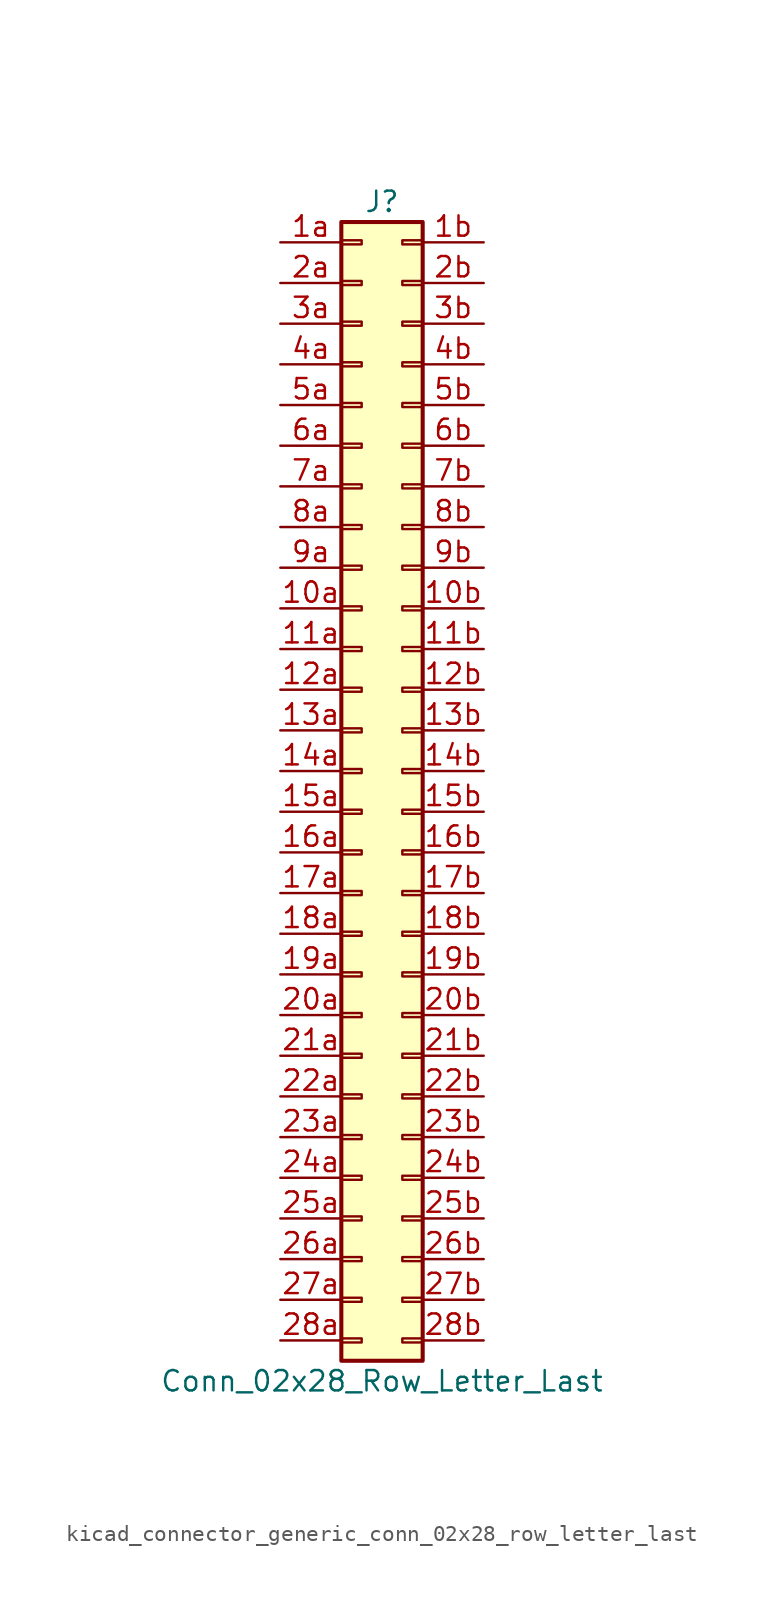
<source format=kicad_sym>
(kicad_symbol_lib
  (version 20220914)
  (generator kicad_symbol_editor)
  (symbol "kicad_connector_generic_conn_02x28_row_letter_last"
    (pin_names
      (offset 1.016) hide)
    (property "Reference" "J"
      (at 1.27 35.56 0)
      (effects (font (size 1.27 1.27))))
    (property "Value" "Conn_02x28_Row_Letter_Last"
      (at 1.27 -38.1 0)
      (effects (font (size 1.27 1.27))))
    (symbol "kicad_connector_generic_conn_02x28_row_letter_last_1_1"
      (rectangle (start -1.27 -35.433) (end 0 -35.687) (stroke (width 0.152) (type default)) (fill (type none)))
      (rectangle (start -1.27 -32.893) (end 0 -33.147) (stroke (width 0.152) (type default)) (fill (type none)))
      (rectangle (start -1.27 -30.353) (end 0 -30.607) (stroke (width 0.152) (type default)) (fill (type none)))
      (rectangle (start -1.27 -27.813) (end 0 -28.067) (stroke (width 0.152) (type default)) (fill (type none)))
      (rectangle (start -1.27 -25.273) (end 0 -25.527) (stroke (width 0.152) (type default)) (fill (type none)))
      (rectangle (start -1.27 -22.733) (end 0 -22.987) (stroke (width 0.152) (type default)) (fill (type none)))
      (rectangle (start -1.27 -20.193) (end 0 -20.447) (stroke (width 0.152) (type default)) (fill (type none)))
      (rectangle (start -1.27 -17.653) (end 0 -17.907) (stroke (width 0.152) (type default)) (fill (type none)))
      (rectangle (start -1.27 -15.113) (end 0 -15.367) (stroke (width 0.152) (type default)) (fill (type none)))
      (rectangle (start -1.27 -12.573) (end 0 -12.827) (stroke (width 0.152) (type default)) (fill (type none)))
      (rectangle (start -1.27 -10.033) (end 0 -10.287) (stroke (width 0.152) (type default)) (fill (type none)))
      (rectangle (start -1.27 -7.493) (end 0 -7.747) (stroke (width 0.152) (type default)) (fill (type none)))
      (rectangle (start -1.27 -4.953) (end 0 -5.207) (stroke (width 0.152) (type default)) (fill (type none)))
      (rectangle (start -1.27 -2.413) (end 0 -2.667) (stroke (width 0.152) (type default)) (fill (type none)))
      (rectangle (start -1.27 0.127) (end 0 -0.127) (stroke (width 0.152) (type default)) (fill (type none)))
      (rectangle (start -1.27 2.667) (end 0 2.413) (stroke (width 0.152) (type default)) (fill (type none)))
      (rectangle (start -1.27 5.207) (end 0 4.953) (stroke (width 0.152) (type default)) (fill (type none)))
      (rectangle (start -1.27 7.747) (end 0 7.493) (stroke (width 0.152) (type default)) (fill (type none)))
      (rectangle (start -1.27 10.287) (end 0 10.033) (stroke (width 0.152) (type default)) (fill (type none)))
      (rectangle (start -1.27 12.827) (end 0 12.573) (stroke (width 0.152) (type default)) (fill (type none)))
      (rectangle (start -1.27 15.367) (end 0 15.113) (stroke (width 0.152) (type default)) (fill (type none)))
      (rectangle (start -1.27 17.907) (end 0 17.653) (stroke (width 0.152) (type default)) (fill (type none)))
      (rectangle (start -1.27 20.447) (end 0 20.193) (stroke (width 0.152) (type default)) (fill (type none)))
      (rectangle (start -1.27 22.987) (end 0 22.733) (stroke (width 0.152) (type default)) (fill (type none)))
      (rectangle (start -1.27 25.527) (end 0 25.273) (stroke (width 0.152) (type default)) (fill (type none)))
      (rectangle (start -1.27 28.067) (end 0 27.813) (stroke (width 0.152) (type default)) (fill (type none)))
      (rectangle (start -1.27 30.607) (end 0 30.353) (stroke (width 0.152) (type default)) (fill (type none)))
      (rectangle (start -1.27 33.147) (end 0 32.893) (stroke (width 0.152) (type default)) (fill (type none)))
      (rectangle (start -1.27 34.29) (end 3.81 -36.83) (stroke (width 0.254) (type default)) (fill (type background)))
      (rectangle (start 3.81 -35.433) (end 2.54 -35.687) (stroke (width 0.152) (type default)) (fill (type none)))
      (rectangle (start 3.81 -32.893) (end 2.54 -33.147) (stroke (width 0.152) (type default)) (fill (type none)))
      (rectangle (start 3.81 -30.353) (end 2.54 -30.607) (stroke (width 0.152) (type default)) (fill (type none)))
      (rectangle (start 3.81 -27.813) (end 2.54 -28.067) (stroke (width 0.152) (type default)) (fill (type none)))
      (rectangle (start 3.81 -25.273) (end 2.54 -25.527) (stroke (width 0.152) (type default)) (fill (type none)))
      (rectangle (start 3.81 -22.733) (end 2.54 -22.987) (stroke (width 0.152) (type default)) (fill (type none)))
      (rectangle (start 3.81 -20.193) (end 2.54 -20.447) (stroke (width 0.152) (type default)) (fill (type none)))
      (rectangle (start 3.81 -17.653) (end 2.54 -17.907) (stroke (width 0.152) (type default)) (fill (type none)))
      (rectangle (start 3.81 -15.113) (end 2.54 -15.367) (stroke (width 0.152) (type default)) (fill (type none)))
      (rectangle (start 3.81 -12.573) (end 2.54 -12.827) (stroke (width 0.152) (type default)) (fill (type none)))
      (rectangle (start 3.81 -10.033) (end 2.54 -10.287) (stroke (width 0.152) (type default)) (fill (type none)))
      (rectangle (start 3.81 -7.493) (end 2.54 -7.747) (stroke (width 0.152) (type default)) (fill (type none)))
      (rectangle (start 3.81 -4.953) (end 2.54 -5.207) (stroke (width 0.152) (type default)) (fill (type none)))
      (rectangle (start 3.81 -2.413) (end 2.54 -2.667) (stroke (width 0.152) (type default)) (fill (type none)))
      (rectangle (start 3.81 0.127) (end 2.54 -0.127) (stroke (width 0.152) (type default)) (fill (type none)))
      (rectangle (start 3.81 2.667) (end 2.54 2.413) (stroke (width 0.152) (type default)) (fill (type none)))
      (rectangle (start 3.81 5.207) (end 2.54 4.953) (stroke (width 0.152) (type default)) (fill (type none)))
      (rectangle (start 3.81 7.747) (end 2.54 7.493) (stroke (width 0.152) (type default)) (fill (type none)))
      (rectangle (start 3.81 10.287) (end 2.54 10.033) (stroke (width 0.152) (type default)) (fill (type none)))
      (rectangle (start 3.81 12.827) (end 2.54 12.573) (stroke (width 0.152) (type default)) (fill (type none)))
      (rectangle (start 3.81 15.367) (end 2.54 15.113) (stroke (width 0.152) (type default)) (fill (type none)))
      (rectangle (start 3.81 17.907) (end 2.54 17.653) (stroke (width 0.152) (type default)) (fill (type none)))
      (rectangle (start 3.81 20.447) (end 2.54 20.193) (stroke (width 0.152) (type default)) (fill (type none)))
      (rectangle (start 3.81 22.987) (end 2.54 22.733) (stroke (width 0.152) (type default)) (fill (type none)))
      (rectangle (start 3.81 25.527) (end 2.54 25.273) (stroke (width 0.152) (type default)) (fill (type none)))
      (rectangle (start 3.81 28.067) (end 2.54 27.813) (stroke (width 0.152) (type default)) (fill (type none)))
      (rectangle (start 3.81 30.607) (end 2.54 30.353) (stroke (width 0.152) (type default)) (fill (type none)))
      (rectangle (start 3.81 33.147) (end 2.54 32.893) (stroke (width 0.152) (type default)) (fill (type none)))
      (pin passive line (at -5.08 10.16 0) (length 3.81) (name "Pin_10a" (effects (font (size 1.27 1.27)))) (number "10a" (effects (font (size 1.27 1.27)))))
      (pin passive line (at 7.62 10.16 180) (length 3.81) (name "Pin_10b" (effects (font (size 1.27 1.27)))) (number "10b" (effects (font (size 1.27 1.27)))))
      (pin passive line (at -5.08 7.62 0) (length 3.81) (name "Pin_11a" (effects (font (size 1.27 1.27)))) (number "11a" (effects (font (size 1.27 1.27)))))
      (pin passive line (at 7.62 7.62 180) (length 3.81) (name "Pin_11b" (effects (font (size 1.27 1.27)))) (number "11b" (effects (font (size 1.27 1.27)))))
      (pin passive line (at -5.08 5.08 0) (length 3.81) (name "Pin_12a" (effects (font (size 1.27 1.27)))) (number "12a" (effects (font (size 1.27 1.27)))))
      (pin passive line (at 7.62 5.08 180) (length 3.81) (name "Pin_12b" (effects (font (size 1.27 1.27)))) (number "12b" (effects (font (size 1.27 1.27)))))
      (pin passive line (at -5.08 2.54 0) (length 3.81) (name "Pin_13a" (effects (font (size 1.27 1.27)))) (number "13a" (effects (font (size 1.27 1.27)))))
      (pin passive line (at 7.62 2.54 180) (length 3.81) (name "Pin_13b" (effects (font (size 1.27 1.27)))) (number "13b" (effects (font (size 1.27 1.27)))))
      (pin passive line (at -5.08 0 0) (length 3.81) (name "Pin_14a" (effects (font (size 1.27 1.27)))) (number "14a" (effects (font (size 1.27 1.27)))))
      (pin passive line (at 7.62 0 180) (length 3.81) (name "Pin_14b" (effects (font (size 1.27 1.27)))) (number "14b" (effects (font (size 1.27 1.27)))))
      (pin passive line (at -5.08 -2.54 0) (length 3.81) (name "Pin_15a" (effects (font (size 1.27 1.27)))) (number "15a" (effects (font (size 1.27 1.27)))))
      (pin passive line (at 7.62 -2.54 180) (length 3.81) (name "Pin_15b" (effects (font (size 1.27 1.27)))) (number "15b" (effects (font (size 1.27 1.27)))))
      (pin passive line (at -5.08 -5.08 0) (length 3.81) (name "Pin_16a" (effects (font (size 1.27 1.27)))) (number "16a" (effects (font (size 1.27 1.27)))))
      (pin passive line (at 7.62 -5.08 180) (length 3.81) (name "Pin_16b" (effects (font (size 1.27 1.27)))) (number "16b" (effects (font (size 1.27 1.27)))))
      (pin passive line (at -5.08 -7.62 0) (length 3.81) (name "Pin_17a" (effects (font (size 1.27 1.27)))) (number "17a" (effects (font (size 1.27 1.27)))))
      (pin passive line (at 7.62 -7.62 180) (length 3.81) (name "Pin_17b" (effects (font (size 1.27 1.27)))) (number "17b" (effects (font (size 1.27 1.27)))))
      (pin passive line (at -5.08 -10.16 0) (length 3.81) (name "Pin_18a" (effects (font (size 1.27 1.27)))) (number "18a" (effects (font (size 1.27 1.27)))))
      (pin passive line (at 7.62 -10.16 180) (length 3.81) (name "Pin_18b" (effects (font (size 1.27 1.27)))) (number "18b" (effects (font (size 1.27 1.27)))))
      (pin passive line (at -5.08 -12.7 0) (length 3.81) (name "Pin_19a" (effects (font (size 1.27 1.27)))) (number "19a" (effects (font (size 1.27 1.27)))))
      (pin passive line (at 7.62 -12.7 180) (length 3.81) (name "Pin_19b" (effects (font (size 1.27 1.27)))) (number "19b" (effects (font (size 1.27 1.27)))))
      (pin passive line (at -5.08 33.02 0) (length 3.81) (name "Pin_1a" (effects (font (size 1.27 1.27)))) (number "1a" (effects (font (size 1.27 1.27)))))
      (pin passive line (at 7.62 33.02 180) (length 3.81) (name "Pin_1b" (effects (font (size 1.27 1.27)))) (number "1b" (effects (font (size 1.27 1.27)))))
      (pin passive line (at -5.08 -15.24 0) (length 3.81) (name "Pin_20a" (effects (font (size 1.27 1.27)))) (number "20a" (effects (font (size 1.27 1.27)))))
      (pin passive line (at 7.62 -15.24 180) (length 3.81) (name "Pin_20b" (effects (font (size 1.27 1.27)))) (number "20b" (effects (font (size 1.27 1.27)))))
      (pin passive line (at -5.08 -17.78 0) (length 3.81) (name "Pin_21a" (effects (font (size 1.27 1.27)))) (number "21a" (effects (font (size 1.27 1.27)))))
      (pin passive line (at 7.62 -17.78 180) (length 3.81) (name "Pin_21b" (effects (font (size 1.27 1.27)))) (number "21b" (effects (font (size 1.27 1.27)))))
      (pin passive line (at -5.08 -20.32 0) (length 3.81) (name "Pin_22a" (effects (font (size 1.27 1.27)))) (number "22a" (effects (font (size 1.27 1.27)))))
      (pin passive line (at 7.62 -20.32 180) (length 3.81) (name "Pin_22b" (effects (font (size 1.27 1.27)))) (number "22b" (effects (font (size 1.27 1.27)))))
      (pin passive line (at -5.08 -22.86 0) (length 3.81) (name "Pin_23a" (effects (font (size 1.27 1.27)))) (number "23a" (effects (font (size 1.27 1.27)))))
      (pin passive line (at 7.62 -22.86 180) (length 3.81) (name "Pin_23b" (effects (font (size 1.27 1.27)))) (number "23b" (effects (font (size 1.27 1.27)))))
      (pin passive line (at -5.08 -25.4 0) (length 3.81) (name "Pin_24a" (effects (font (size 1.27 1.27)))) (number "24a" (effects (font (size 1.27 1.27)))))
      (pin passive line (at 7.62 -25.4 180) (length 3.81) (name "Pin_24b" (effects (font (size 1.27 1.27)))) (number "24b" (effects (font (size 1.27 1.27)))))
      (pin passive line (at -5.08 -27.94 0) (length 3.81) (name "Pin_25a" (effects (font (size 1.27 1.27)))) (number "25a" (effects (font (size 1.27 1.27)))))
      (pin passive line (at 7.62 -27.94 180) (length 3.81) (name "Pin_25b" (effects (font (size 1.27 1.27)))) (number "25b" (effects (font (size 1.27 1.27)))))
      (pin passive line (at -5.08 -30.48 0) (length 3.81) (name "Pin_26a" (effects (font (size 1.27 1.27)))) (number "26a" (effects (font (size 1.27 1.27)))))
      (pin passive line (at 7.62 -30.48 180) (length 3.81) (name "Pin_26b" (effects (font (size 1.27 1.27)))) (number "26b" (effects (font (size 1.27 1.27)))))
      (pin passive line (at -5.08 -33.02 0) (length 3.81) (name "Pin_27a" (effects (font (size 1.27 1.27)))) (number "27a" (effects (font (size 1.27 1.27)))))
      (pin passive line (at 7.62 -33.02 180) (length 3.81) (name "Pin_27b" (effects (font (size 1.27 1.27)))) (number "27b" (effects (font (size 1.27 1.27)))))
      (pin passive line (at -5.08 -35.56 0) (length 3.81) (name "Pin_28a" (effects (font (size 1.27 1.27)))) (number "28a" (effects (font (size 1.27 1.27)))))
      (pin passive line (at 7.62 -35.56 180) (length 3.81) (name "Pin_28b" (effects (font (size 1.27 1.27)))) (number "28b" (effects (font (size 1.27 1.27)))))
      (pin passive line (at -5.08 30.48 0) (length 3.81) (name "Pin_2a" (effects (font (size 1.27 1.27)))) (number "2a" (effects (font (size 1.27 1.27)))))
      (pin passive line (at 7.62 30.48 180) (length 3.81) (name "Pin_2b" (effects (font (size 1.27 1.27)))) (number "2b" (effects (font (size 1.27 1.27)))))
      (pin passive line (at -5.08 27.94 0) (length 3.81) (name "Pin_3a" (effects (font (size 1.27 1.27)))) (number "3a" (effects (font (size 1.27 1.27)))))
      (pin passive line (at 7.62 27.94 180) (length 3.81) (name "Pin_3b" (effects (font (size 1.27 1.27)))) (number "3b" (effects (font (size 1.27 1.27)))))
      (pin passive line (at -5.08 25.4 0) (length 3.81) (name "Pin_4a" (effects (font (size 1.27 1.27)))) (number "4a" (effects (font (size 1.27 1.27)))))
      (pin passive line (at 7.62 25.4 180) (length 3.81) (name "Pin_4b" (effects (font (size 1.27 1.27)))) (number "4b" (effects (font (size 1.27 1.27)))))
      (pin passive line (at -5.08 22.86 0) (length 3.81) (name "Pin_5a" (effects (font (size 1.27 1.27)))) (number "5a" (effects (font (size 1.27 1.27)))))
      (pin passive line (at 7.62 22.86 180) (length 3.81) (name "Pin_5b" (effects (font (size 1.27 1.27)))) (number "5b" (effects (font (size 1.27 1.27)))))
      (pin passive line (at -5.08 20.32 0) (length 3.81) (name "Pin_6a" (effects (font (size 1.27 1.27)))) (number "6a" (effects (font (size 1.27 1.27)))))
      (pin passive line (at 7.62 20.32 180) (length 3.81) (name "Pin_6b" (effects (font (size 1.27 1.27)))) (number "6b" (effects (font (size 1.27 1.27)))))
      (pin passive line (at -5.08 17.78 0) (length 3.81) (name "Pin_7a" (effects (font (size 1.27 1.27)))) (number "7a" (effects (font (size 1.27 1.27)))))
      (pin passive line (at 7.62 17.78 180) (length 3.81) (name "Pin_7b" (effects (font (size 1.27 1.27)))) (number "7b" (effects (font (size 1.27 1.27)))))
      (pin passive line (at -5.08 15.24 0) (length 3.81) (name "Pin_8a" (effects (font (size 1.27 1.27)))) (number "8a" (effects (font (size 1.27 1.27)))))
      (pin passive line (at 7.62 15.24 180) (length 3.81) (name "Pin_8b" (effects (font (size 1.27 1.27)))) (number "8b" (effects (font (size 1.27 1.27)))))
      (pin passive line (at -5.08 12.7 0) (length 3.81) (name "Pin_9a" (effects (font (size 1.27 1.27)))) (number "9a" (effects (font (size 1.27 1.27)))))
      (pin passive line (at 7.62 12.7 180) (length 3.81) (name "Pin_9b" (effects (font (size 1.27 1.27)))) (number "9b" (effects (font (size 1.27 1.27))))))))
</source>
